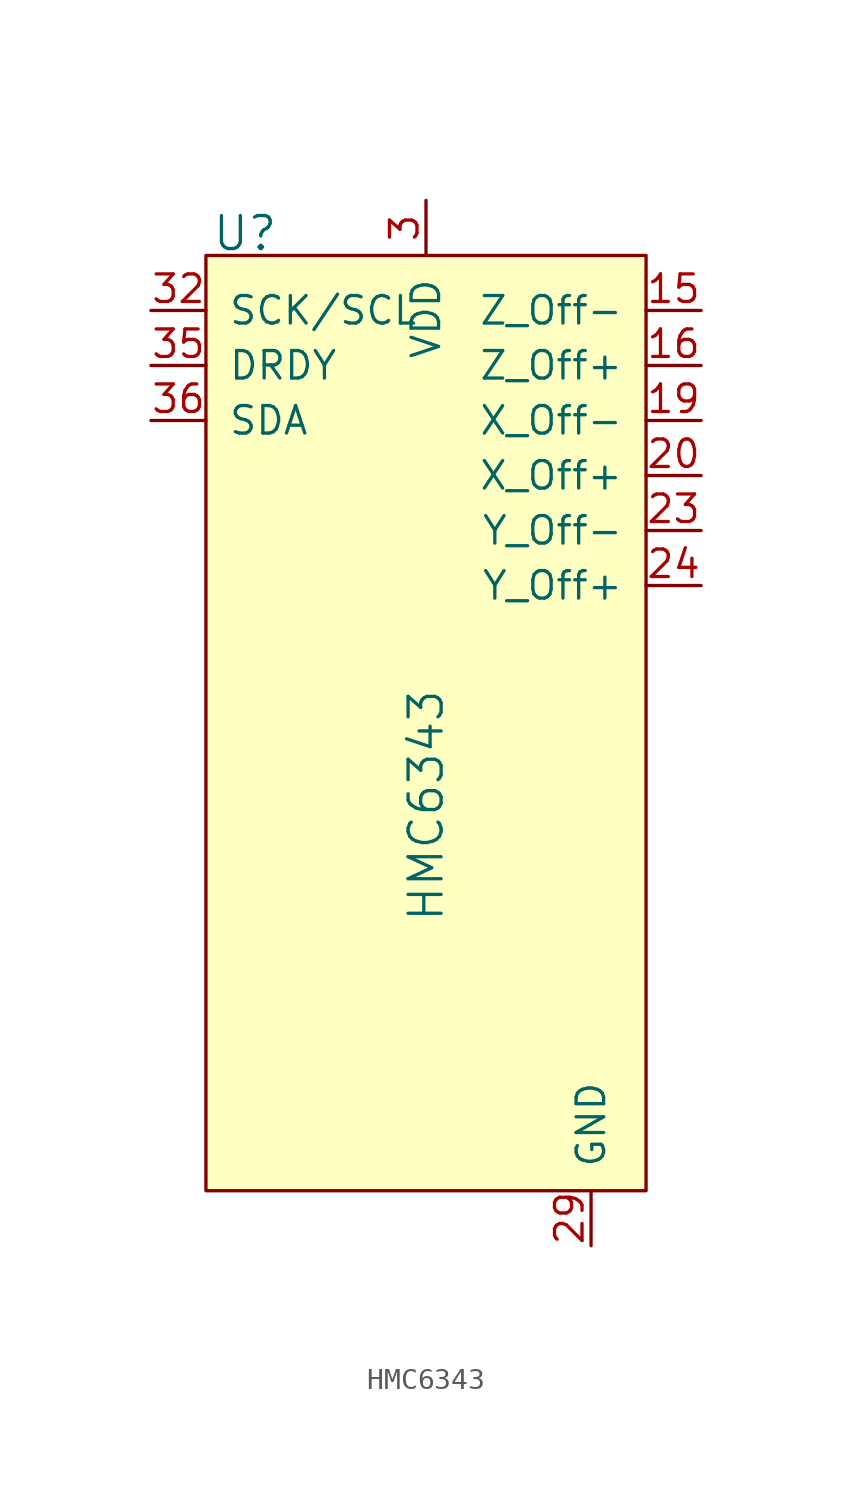
<source format=kicad_sym>
(kicad_symbol_lib
  (version 20220914)
  (generator kicad_symbol_editor)
  (symbol "HMC6343"
    (pin_names
      (offset 1.016))
    (property "Reference" "U"
      (at -9.906 18.796 0)
      (effects (font (size 1.524 1.524)) (justify left)))
    (property "Value" "HMC6343"
      (at 0 -7.62 90)
      (effects (font (size 1.524 1.524))))
    (symbol "HMC6343_0_1"
      (rectangle (start -10.16 17.78) (end 10.16 -25.4) (stroke (width 0) (type solid)) (fill (type background))))
    (symbol "HMC6343_1_1"
      (pin no_connect line (at -10.16 7.62 0) (length 2.54) hide (name "NC" (effects (font (size 1.27 1.27)))) (number "1" (effects (font (size 1.27 1.27)))))
      (pin no_connect line (at -10.16 -12.7 0) (length 2.54) hide (name "NC" (effects (font (size 1.27 1.27)))) (number "10" (effects (font (size 1.27 1.27)))))
      (pin no_connect line (at -10.16 -15.24 0) (length 2.54) hide (name "NC" (effects (font (size 1.27 1.27)))) (number "11" (effects (font (size 1.27 1.27)))))
      (pin no_connect line (at -10.16 -17.78 0) (length 2.54) hide (name "NC" (effects (font (size 1.27 1.27)))) (number "12" (effects (font (size 1.27 1.27)))))
      (pin no_connect line (at -7.62 -25.4 90) (length 2.54) hide (name "NC" (effects (font (size 1.27 1.27)))) (number "13" (effects (font (size 1.27 1.27)))))
      (pin no_connect line (at -5.08 -25.4 90) (length 2.54) hide (name "NC" (effects (font (size 1.27 1.27)))) (number "14" (effects (font (size 1.27 1.27)))))
      (pin output line (at 12.7 15.24 180) (length 2.54) (name "Z_Off-" (effects (font (size 1.27 1.27)))) (number "15" (effects (font (size 1.27 1.27)))))
      (pin output line (at 12.7 12.7 180) (length 2.54) (name "Z_Off+" (effects (font (size 1.27 1.27)))) (number "16" (effects (font (size 1.27 1.27)))))
      (pin no_connect line (at -2.54 -25.4 90) (length 2.54) hide (name "NC" (effects (font (size 1.27 1.27)))) (number "17" (effects (font (size 1.27 1.27)))))
      (pin no_connect line (at 0 -25.4 90) (length 2.54) hide (name "NC" (effects (font (size 1.27 1.27)))) (number "18" (effects (font (size 1.27 1.27)))))
      (pin output line (at 12.7 10.16 180) (length 2.54) (name "X_Off-" (effects (font (size 1.27 1.27)))) (number "19" (effects (font (size 1.27 1.27)))))
      (pin no_connect line (at -10.16 5.08 0) (length 2.54) hide (name "NC" (effects (font (size 1.27 1.27)))) (number "2" (effects (font (size 1.27 1.27)))))
      (pin output line (at 12.7 7.62 180) (length 2.54) (name "X_Off+" (effects (font (size 1.27 1.27)))) (number "20" (effects (font (size 1.27 1.27)))))
      (pin no_connect line (at 2.54 -25.4 90) (length 2.54) hide (name "NC" (effects (font (size 1.27 1.27)))) (number "21" (effects (font (size 1.27 1.27)))))
      (pin no_connect line (at 5.08 -25.4 90) (length 2.54) hide (name "NC" (effects (font (size 1.27 1.27)))) (number "22" (effects (font (size 1.27 1.27)))))
      (pin output line (at 12.7 5.08 180) (length 2.54) (name "Y_Off-" (effects (font (size 1.27 1.27)))) (number "23" (effects (font (size 1.27 1.27)))))
      (pin output line (at 12.7 2.54 180) (length 2.54) (name "Y_Off+" (effects (font (size 1.27 1.27)))) (number "24" (effects (font (size 1.27 1.27)))))
      (pin no_connect line (at 10.16 -17.78 180) (length 2.54) hide (name "NC" (effects (font (size 1.27 1.27)))) (number "25" (effects (font (size 1.27 1.27)))))
      (pin no_connect line (at 10.16 -15.24 180) (length 2.54) hide (name "NC" (effects (font (size 1.27 1.27)))) (number "26" (effects (font (size 1.27 1.27)))))
      (pin no_connect line (at 10.16 -12.7 180) (length 2.54) hide (name "NC" (effects (font (size 1.27 1.27)))) (number "27" (effects (font (size 1.27 1.27)))))
      (pin no_connect line (at 10.16 -10.16 180) (length 2.54) hide (name "NC" (effects (font (size 1.27 1.27)))) (number "28" (effects (font (size 1.27 1.27)))))
      (pin power_in line (at 7.62 -27.94 90) (length 2.54) (name "GND" (effects (font (size 1.27 1.27)))) (number "29" (effects (font (size 1.27 1.27)))))
      (pin power_in line (at 0 20.32 270) (length 2.54) (name "VDD" (effects (font (size 1.27 1.27)))) (number "3" (effects (font (size 1.27 1.27)))))
      (pin no_connect line (at 10.16 -7.62 180) (length 2.54) hide (name "NC" (effects (font (size 1.27 1.27)))) (number "30" (effects (font (size 1.27 1.27)))))
      (pin no_connect line (at 10.16 -5.08 180) (length 2.54) hide (name "NC" (effects (font (size 1.27 1.27)))) (number "31" (effects (font (size 1.27 1.27)))))
      (pin input line (at -12.7 15.24 0) (length 2.54) (name "SCK/SCL" (effects (font (size 1.27 1.27)))) (number "32" (effects (font (size 1.27 1.27)))))
      (pin no_connect line (at 10.16 -2.54 180) (length 2.54) hide (name "NC" (effects (font (size 1.27 1.27)))) (number "33" (effects (font (size 1.27 1.27)))))
      (pin no_connect line (at 10.16 0 180) (length 2.54) hide (name "NC" (effects (font (size 1.27 1.27)))) (number "34" (effects (font (size 1.27 1.27)))))
      (pin input line (at -12.7 12.7 0) (length 2.54) (name "DRDY" (effects (font (size 1.27 1.27)))) (number "35" (effects (font (size 1.27 1.27)))))
      (pin input line (at -12.7 10.16 0) (length 2.54) (name "SDA" (effects (font (size 1.27 1.27)))) (number "36" (effects (font (size 1.27 1.27)))))
      (pin no_connect line (at -10.16 2.54 0) (length 2.54) hide (name "NC" (effects (font (size 1.27 1.27)))) (number "4" (effects (font (size 1.27 1.27)))))
      (pin no_connect line (at -10.16 0 0) (length 2.54) hide (name "NC" (effects (font (size 1.27 1.27)))) (number "5" (effects (font (size 1.27 1.27)))))
      (pin no_connect line (at -10.16 -2.54 0) (length 2.54) hide (name "NC" (effects (font (size 1.27 1.27)))) (number "6" (effects (font (size 1.27 1.27)))))
      (pin no_connect line (at -10.16 -5.08 0) (length 2.54) hide (name "NC" (effects (font (size 1.27 1.27)))) (number "7" (effects (font (size 1.27 1.27)))))
      (pin no_connect line (at -10.16 -7.62 0) (length 2.54) hide (name "NC" (effects (font (size 1.27 1.27)))) (number "8" (effects (font (size 1.27 1.27)))))
      (pin no_connect line (at -10.16 -10.16 0) (length 2.54) hide (name "NC" (effects (font (size 1.27 1.27)))) (number "9" (effects (font (size 1.27 1.27))))))))
</source>
